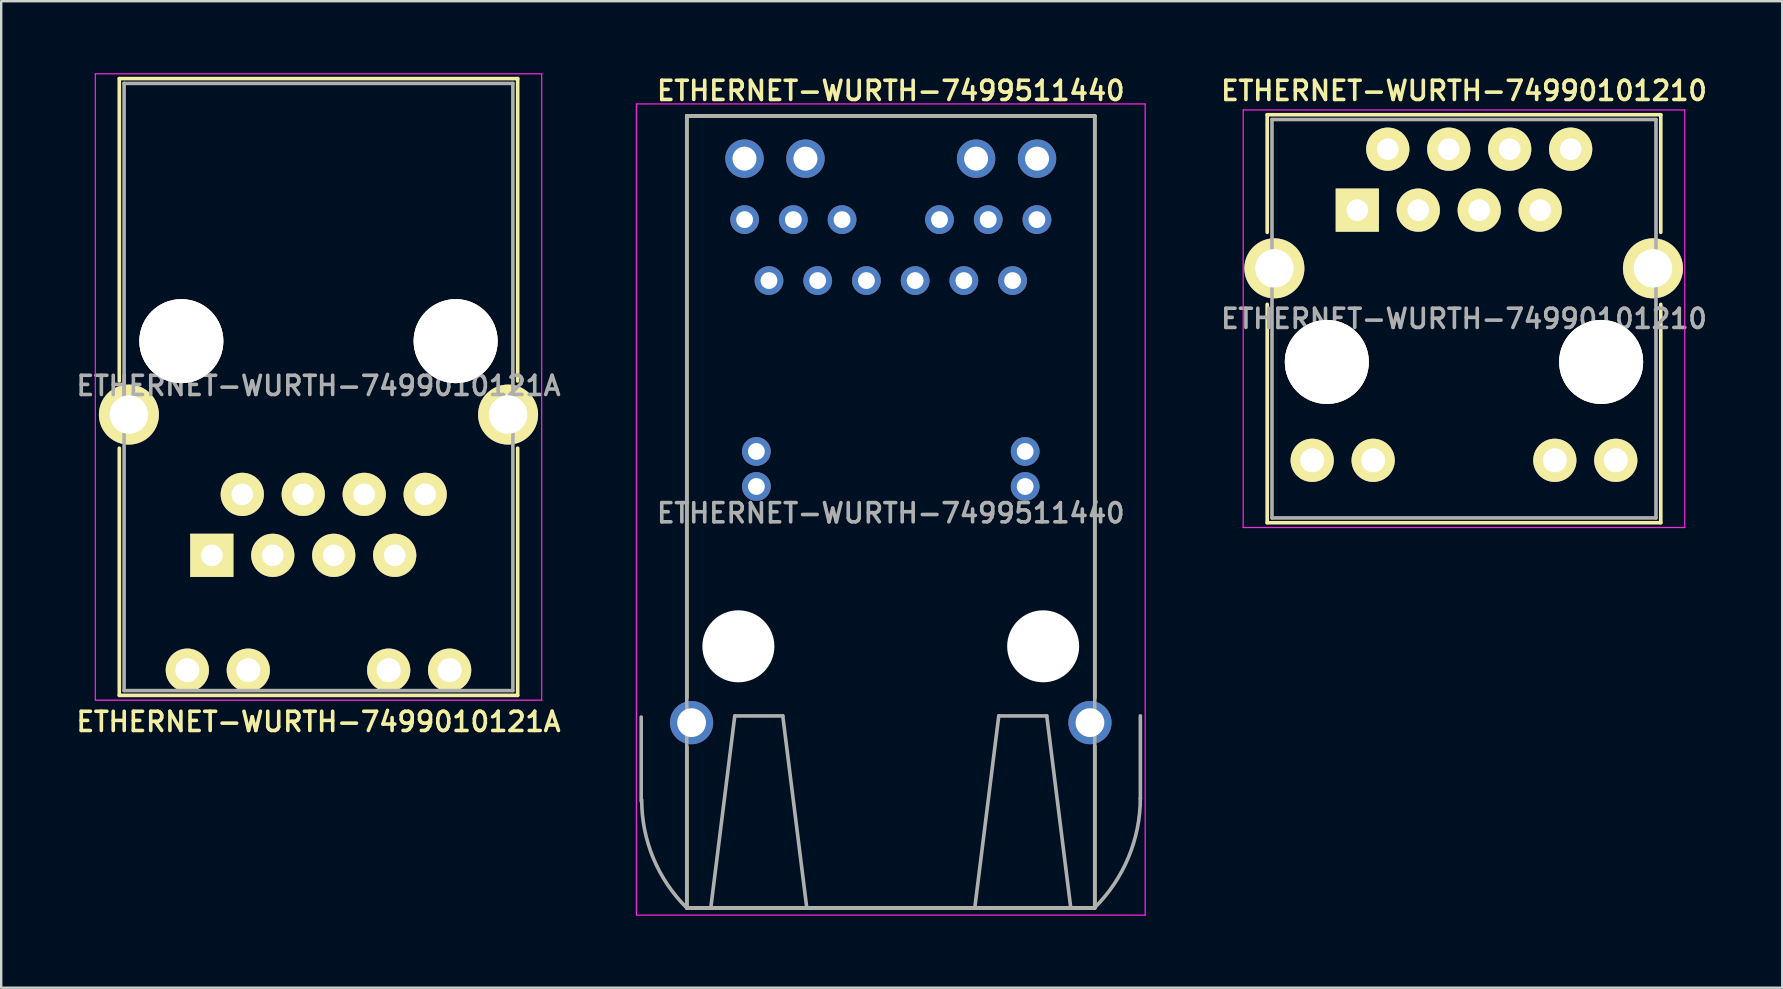
<source format=kicad_pcb>
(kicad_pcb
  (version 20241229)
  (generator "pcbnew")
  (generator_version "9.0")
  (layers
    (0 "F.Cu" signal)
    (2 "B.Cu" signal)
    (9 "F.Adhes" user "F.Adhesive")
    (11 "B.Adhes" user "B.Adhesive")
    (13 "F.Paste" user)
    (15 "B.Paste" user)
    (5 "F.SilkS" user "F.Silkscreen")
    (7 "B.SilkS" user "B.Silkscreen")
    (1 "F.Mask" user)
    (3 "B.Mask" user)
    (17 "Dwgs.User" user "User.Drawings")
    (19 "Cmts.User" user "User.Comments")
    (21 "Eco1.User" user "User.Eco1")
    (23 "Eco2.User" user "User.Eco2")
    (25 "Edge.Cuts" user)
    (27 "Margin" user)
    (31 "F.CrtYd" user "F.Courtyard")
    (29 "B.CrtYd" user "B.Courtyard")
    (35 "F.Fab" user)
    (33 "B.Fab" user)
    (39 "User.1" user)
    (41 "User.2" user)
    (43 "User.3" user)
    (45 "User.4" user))
  (footprint "ETHERNET-WURTH-7499511440"
    (layer "F.Cu")
    (at 34.067 18.281)
    (property "Reference" "ETHERNET-WURTH-7499511440" (at 0 -17.55 0) (layer "F.SilkS") (effects (font (size 0.8 0.8) (thickness 0.15))))
    (attr through_hole)
    (fp_line (start -8.5 -16.5) (end 8.5 -16.5) (stroke (width 0.15) (type solid)) (layer "F.SilkS"))
    (fp_line (start -8.5 7.75) (end -8.5 -16.5) (stroke (width 0.15) (type solid)) (layer "F.SilkS"))
    (fp_line (start -8.5 16.5) (end -8.5 9.8) (stroke (width 0.15) (type solid)) (layer "F.SilkS"))
    (fp_line (start 8.5 -16.5) (end 8.5 7.75) (stroke (width 0.15) (type solid)) (layer "F.SilkS"))
    (fp_line (start 8.5 9.75) (end 8.5 16.5) (stroke (width 0.15) (type solid)) (layer "F.SilkS"))
    (fp_line (start 8.5 16.5) (end -8.5 16.5) (stroke (width 0.15) (type solid)) (layer "F.SilkS"))
    (fp_line (start -10.6 -17) (end -10.6 16.8) (stroke (width 0.05) (type solid)) (layer "F.CrtYd"))
    (fp_line (start -10.6 16.8) (end 10.6 16.8) (stroke (width 0.05) (type solid)) (layer "F.CrtYd"))
    (fp_line (start 10.6 -17) (end -10.6 -17) (stroke (width 0.05) (type solid)) (layer "F.CrtYd"))
    (fp_line (start 10.6 16.8) (end 10.6 -17) (stroke (width 0.05) (type solid)) (layer "F.CrtYd"))
    (fp_line (start -10.4 12.05) (end -10.4 8.55) (stroke (width 0.15) (type solid)) (layer "F.Fab"))
    (fp_line (start -8.5 -16.5) (end 8.5 -16.5) (stroke (width 0.15) (type solid)) (layer "F.Fab"))
    (fp_line (start -8.5 16.5) (end -8.5 -16.5) (stroke (width 0.15) (type solid)) (layer "F.Fab"))
    (fp_line (start -7.5 16.5) (end -6.5 8.5) (stroke (width 0.15) (type solid)) (layer "F.Fab"))
    (fp_line (start -6.5 8.5) (end -4.5 8.5) (stroke (width 0.15) (type solid)) (layer "F.Fab"))
    (fp_line (start -4.5 8.5) (end -3.5 16.5) (stroke (width 0.15) (type solid)) (layer "F.Fab"))
    (fp_line (start 3.5 16.5) (end 4.5 8.5) (stroke (width 0.15) (type solid)) (layer "F.Fab"))
    (fp_line (start 4.5 8.5) (end 6.5 8.5) (stroke (width 0.15) (type solid)) (layer "F.Fab"))
    (fp_line (start 6.5 8.5) (end 7.5 16.5) (stroke (width 0.15) (type solid)) (layer "F.Fab"))
    (fp_line (start 8.5 -16.5) (end 8.5 16.5) (stroke (width 0.15) (type solid)) (layer "F.Fab"))
    (fp_line (start 8.5 16.5) (end -8.5 16.5) (stroke (width 0.15) (type solid)) (layer "F.Fab"))
    (fp_line (start 10.4 11.95) (end 10.4 8.5) (stroke (width 0.15) (type solid)) (layer "F.Fab"))
    (fp_arc (start -8.5 16.5) (mid -9.890173 14.438213) (end -10.378704 12) (stroke (width 0.15) (type solid)) (layer "F.Fab"))
    (fp_arc (start 10.4 11.914575) (mid 9.90233 14.398979) (end 8.48612 16.5) (stroke (width 0.15) (type solid)) (layer "F.Fab"))
    (fp_text user "${REFERENCE}" (at 0 0.05 0) (layer "F.Fab") (effects (font (size 0.8 0.8) (thickness 0.15))))
    (pad "" np_thru_hole circle (at -6.35 5.6) (size 3 3) (drill 3) (layers "*.Cu" "*.Mask"))
    (pad "" np_thru_hole circle (at 6.35 5.6) (size 3 3) (drill 3) (layers "*.Cu" "*.Mask"))
    (pad "1" thru_hole circle (at 5.075 -9.64) (size 1.2 1.2) (drill 0.7) (layers "*.Cu" "*.Mask"))
    (pad "2" thru_hole circle (at 3.045 -9.64) (size 1.2 1.2) (drill 0.7) (layers "*.Cu" "*.Mask"))
    (pad "3" thru_hole circle (at 1.015 -9.64) (size 1.2 1.2) (drill 0.7) (layers "*.Cu" "*.Mask"))
    (pad "4" thru_hole circle (at -1.015 -9.64) (size 1.2 1.2) (drill 0.7) (layers "*.Cu" "*.Mask"))
    (pad "5" thru_hole circle (at -3.045 -9.64) (size 1.2 1.2) (drill 0.7) (layers "*.Cu" "*.Mask"))
    (pad "6" thru_hole circle (at -5.075 -9.64) (size 1.2 1.2) (drill 0.7) (layers "*.Cu" "*.Mask"))
    (pad "7" thru_hole circle (at 6.09 -12.18) (size 1.2 1.2) (drill 0.7) (layers "*.Cu" "*.Mask"))
    (pad "8" thru_hole circle (at 4.06 -12.18) (size 1.2 1.2) (drill 0.7) (layers "*.Cu" "*.Mask"))
    (pad "9" thru_hole circle (at 2.03 -12.18) (size 1.2 1.2) (drill 0.7) (layers "*.Cu" "*.Mask"))
    (pad "10" thru_hole circle (at -2.03 -12.18) (size 1.2 1.2) (drill 0.7) (layers "*.Cu" "*.Mask"))
    (pad "11" thru_hole circle (at -4.06 -12.18) (size 1.2 1.2) (drill 0.7) (layers "*.Cu" "*.Mask"))
    (pad "12" thru_hole circle (at -6.09 -12.18) (size 1.2 1.2) (drill 0.7) (layers "*.Cu" "*.Mask"))
    (pad "13" thru_hole circle (at 5.6 -2.52) (size 1.2 1.2) (drill 0.7) (layers "*.Cu" "*.Mask"))
    (pad "14" thru_hole circle (at -5.6 -2.52) (size 1.2 1.2) (drill 0.7) (layers "*.Cu" "*.Mask"))
    (pad "15" thru_hole circle (at 5.6 -1.06) (size 1.2 1.2) (drill 0.7) (layers "*.Cu" "*.Mask"))
    (pad "16" thru_hole circle (at -5.6 -1.06) (size 1.2 1.2) (drill 0.7) (layers "*.Cu" "*.Mask"))
    (pad "17" thru_hole circle (at 6.095 -14.72) (size 1.6 1.6) (drill 1) (layers "*.Cu" "*.Mask"))
    (pad "18" thru_hole circle (at 3.555 -14.72) (size 1.6 1.6) (drill 1) (layers "*.Cu" "*.Mask"))
    (pad "19" thru_hole circle (at -3.555 -14.72) (size 1.6 1.6) (drill 1) (layers "*.Cu" "*.Mask"))
    (pad "20" thru_hole circle (at -6.095 -14.72) (size 1.6 1.6) (drill 1) (layers "*.Cu" "*.Mask"))
    (pad "SH1" thru_hole circle (at 8.3 8.78) (size 1.8 1.8) (drill 1.2) (layers "*.Cu" "*.Mask"))
    (pad "SH2" thru_hole circle (at -8.3 8.78) (size 1.8 1.8) (drill 1.2) (layers "*.Cu" "*.Mask")))
  (footprint "ETHERNET-WURTH-74990101210"
    (layer "F.Cu")
    (at 57.952 10.231)
    (property "Reference" "ETHERNET-WURTH-74990101210" (at 0 -9.5 0) (layer "F.SilkS") (effects (font (size 0.8 0.8) (thickness 0.15))))
    (attr through_hole)
    (fp_line (start -8.2 -8.5) (end -8.2 -3.6) (stroke (width 0.15) (type solid)) (layer "F.SilkS"))
    (fp_line (start -8.2 -8.5) (end 8.2 -8.5) (stroke (width 0.15) (type solid)) (layer "F.SilkS"))
    (fp_line (start -8.2 8.5) (end -8.2 -0.6) (stroke (width 0.15) (type solid)) (layer "F.SilkS"))
    (fp_line (start -8.2 8.5) (end 8.2 8.5) (stroke (width 0.15) (type solid)) (layer "F.SilkS"))
    (fp_line (start 8.2 -8.5) (end 8.2 -3.6) (stroke (width 0.15) (type solid)) (layer "F.SilkS"))
    (fp_line (start 8.2 8.5) (end 8.2 -0.6) (stroke (width 0.15) (type solid)) (layer "F.SilkS"))
    (fp_line (start -9.2 -8.7) (end 9.2 -8.7) (stroke (width 0.05) (type solid)) (layer "F.CrtYd"))
    (fp_line (start -9.2 8.7) (end -9.2 -8.7) (stroke (width 0.05) (type solid)) (layer "F.CrtYd"))
    (fp_line (start 9.2 -8.7) (end 9.2 8.7) (stroke (width 0.05) (type solid)) (layer "F.CrtYd"))
    (fp_line (start 9.2 8.7) (end -9.2 8.7) (stroke (width 0.05) (type solid)) (layer "F.CrtYd"))
    (fp_line (start -8 -8.3) (end 8 -8.3) (stroke (width 0.15) (type solid)) (layer "F.Fab"))
    (fp_line (start -8 8.3) (end -8 -8.3) (stroke (width 0.15) (type solid)) (layer "F.Fab"))
    (fp_line (start 8 -8.3) (end 8 8.3) (stroke (width 0.15) (type solid)) (layer "F.Fab"))
    (fp_line (start 8 8.3) (end -8 8.3) (stroke (width 0.15) (type solid)) (layer "F.Fab"))
    (fp_text user "${REFERENCE}" (at 0 0 0) (layer "F.Fab") (effects (font (size 0.8 0.8) (thickness 0.15))))
    (pad "" thru_hole circle (at -5.715 1.8) (size 3.5 3.5) (drill 3.5) (layers "*.Cu" "*.Mask" "F.SilkS"))
    (pad "" thru_hole circle (at 5.715 1.8) (size 3.5 3.5) (drill 3.5) (layers "*.Cu" "*.Mask" "F.SilkS"))
    (pad "1" thru_hole rect (at -4.445 -4.525) (size 1.8 1.8) (drill 0.9) (layers "*.Cu" "*.Mask" "F.SilkS"))
    (pad "2" thru_hole circle (at -3.175 -7.065) (size 1.8 1.8) (drill 0.9) (layers "*.Cu" "*.Mask" "F.SilkS"))
    (pad "3" thru_hole circle (at -1.905 -4.525) (size 1.8 1.8) (drill 0.9) (layers "*.Cu" "*.Mask" "F.SilkS"))
    (pad "4" thru_hole circle (at -0.635 -7.065) (size 1.8 1.8) (drill 0.9) (layers "*.Cu" "*.Mask" "F.SilkS"))
    (pad "5" thru_hole circle (at 0.635 -4.525) (size 1.8 1.8) (drill 0.9) (layers "*.Cu" "*.Mask" "F.SilkS"))
    (pad "6" thru_hole circle (at 1.905 -7.065) (size 1.8 1.8) (drill 0.9) (layers "*.Cu" "*.Mask" "F.SilkS"))
    (pad "7" thru_hole circle (at 3.175 -4.525) (size 1.8 1.8) (drill 0.9) (layers "*.Cu" "*.Mask" "F.SilkS"))
    (pad "8" thru_hole circle (at 4.445 -7.065) (size 1.8 1.8) (drill 0.9) (layers "*.Cu" "*.Mask" "F.SilkS"))
    (pad "9" thru_hole circle (at -6.325 5.9) (size 1.8 1.8) (drill 1) (layers "*.Cu" "*.Mask" "F.SilkS"))
    (pad "10" thru_hole circle (at -3.785 5.9) (size 1.8 1.8) (drill 1) (layers "*.Cu" "*.Mask" "F.SilkS"))
    (pad "11" thru_hole circle (at 3.785 5.9) (size 1.8 1.8) (drill 1) (layers "*.Cu" "*.Mask" "F.SilkS"))
    (pad "12" thru_hole circle (at 6.325 5.9) (size 1.8 1.8) (drill 1) (layers "*.Cu" "*.Mask" "F.SilkS"))
    (pad "SH1" thru_hole circle (at -7.9 -2.1) (size 2.5 2.5) (drill 1.6) (layers "*.Cu" "*.Mask" "F.SilkS"))
    (pad "SH2" thru_hole circle (at 7.875 -2.1) (size 2.5 2.5) (drill 1.6) (layers "*.Cu" "*.Mask" "F.SilkS")))
  (footprint "ETHERNET-WURTH-7499010121A"
    (layer "F.Cu")
    (at 10.221 13.025)
    (property "Reference" "ETHERNET-WURTH-7499010121A" (at 0 14 0) (layer "F.SilkS") (effects (font (size 0.8 0.8) (thickness 0.15))))
    (attr through_hole)
    (fp_line (start -8.3 -12.8) (end -8.3 -0.2) (stroke (width 0.15) (type solid)) (layer "F.SilkS"))
    (fp_line (start -8.3 -12.8) (end 8.3 -12.8) (stroke (width 0.15) (type solid)) (layer "F.SilkS"))
    (fp_line (start -8.3 12.9) (end -8.3 2.6) (stroke (width 0.15) (type solid)) (layer "F.SilkS"))
    (fp_line (start -8.3 12.9) (end 8.3 12.9) (stroke (width 0.15) (type solid)) (layer "F.SilkS"))
    (fp_line (start 8.3 -12.8) (end 8.3 -0.2) (stroke (width 0.15) (type solid)) (layer "F.SilkS"))
    (fp_line (start 8.3 12.9) (end 8.3 2.6) (stroke (width 0.15) (type solid)) (layer "F.SilkS"))
    (fp_line (start -9.3 -13) (end 9.3 -13) (stroke (width 0.05) (type solid)) (layer "F.CrtYd"))
    (fp_line (start -9.3 13.1) (end -9.3 -13) (stroke (width 0.05) (type solid)) (layer "F.CrtYd"))
    (fp_line (start 9.3 -13) (end 9.3 13.1) (stroke (width 0.05) (type solid)) (layer "F.CrtYd"))
    (fp_line (start 9.3 13.1) (end -9.3 13.1) (stroke (width 0.05) (type solid)) (layer "F.CrtYd"))
    (fp_line (start -8.1 -12.6) (end 8.1 -12.6) (stroke (width 0.15) (type solid)) (layer "F.Fab"))
    (fp_line (start -8.1 12.7) (end -8.1 -12.6) (stroke (width 0.15) (type solid)) (layer "F.Fab"))
    (fp_line (start 8.1 -12.6) (end 8.1 12.7) (stroke (width 0.15) (type solid)) (layer "F.Fab"))
    (fp_line (start 8.1 12.7) (end -8.1 12.7) (stroke (width 0.15) (type solid)) (layer "F.Fab"))
    (fp_text user "${REFERENCE}" (at 0 0 0) (layer "F.Fab") (effects (font (size 0.8 0.8) (thickness 0.15))))
    (pad "" thru_hole circle (at -5.715 -1.86) (size 3.5 3.5) (drill 3.5) (layers "*.Cu" "*.Mask" "F.SilkS"))
    (pad "" thru_hole circle (at 5.715 -1.86) (size 3.5 3.5) (drill 3.5) (layers "*.Cu" "*.Mask" "F.SilkS"))
    (pad "1" thru_hole rect (at -4.445 7.065) (size 1.8 1.8) (drill 0.9) (layers "*.Cu" "*.Mask" "F.SilkS"))
    (pad "2" thru_hole circle (at -3.175 4.525) (size 1.8 1.8) (drill 0.9) (layers "*.Cu" "*.Mask" "F.SilkS"))
    (pad "3" thru_hole circle (at -1.905 7.065) (size 1.8 1.8) (drill 0.9) (layers "*.Cu" "*.Mask" "F.SilkS"))
    (pad "4" thru_hole circle (at -0.635 4.525) (size 1.8 1.8) (drill 0.9) (layers "*.Cu" "*.Mask" "F.SilkS"))
    (pad "5" thru_hole circle (at 0.635 7.065) (size 1.8 1.8) (drill 0.9) (layers "*.Cu" "*.Mask" "F.SilkS"))
    (pad "6" thru_hole circle (at 1.905 4.525) (size 1.8 1.8) (drill 0.9) (layers "*.Cu" "*.Mask" "F.SilkS"))
    (pad "7" thru_hole circle (at 3.175 7.065) (size 1.8 1.8) (drill 0.9) (layers "*.Cu" "*.Mask" "F.SilkS"))
    (pad "8" thru_hole circle (at 4.445 4.525) (size 1.8 1.8) (drill 0.9) (layers "*.Cu" "*.Mask" "F.SilkS"))
    (pad "9" thru_hole circle (at -5.465 11.85) (size 1.8 1.8) (drill 1) (layers "*.Cu" "*.Mask" "F.SilkS"))
    (pad "10" thru_hole circle (at -2.925 11.85) (size 1.8 1.8) (drill 1) (layers "*.Cu" "*.Mask" "F.SilkS"))
    (pad "11" thru_hole circle (at 2.925 11.85) (size 1.8 1.8) (drill 1) (layers "*.Cu" "*.Mask" "F.SilkS"))
    (pad "12" thru_hole circle (at 5.465 11.85) (size 1.8 1.8) (drill 1) (layers "*.Cu" "*.Mask" "F.SilkS"))
    (pad "SH1" thru_hole circle (at -7.9 1.2) (size 2.5 2.5) (drill 1.6) (layers "*.Cu" "*.Mask" "F.SilkS"))
    (pad "SH2" thru_hole circle (at 7.9 1.2) (size 2.5 2.5) (drill 1.6) (layers "*.Cu" "*.Mask" "F.SilkS")))
  (gr_rect
    (start -3 -3)
    (end 71.211 38.106)
    (stroke (width 0.1) (type default))
    (fill no)
    (layer "Edge.Cuts")))
</source>
